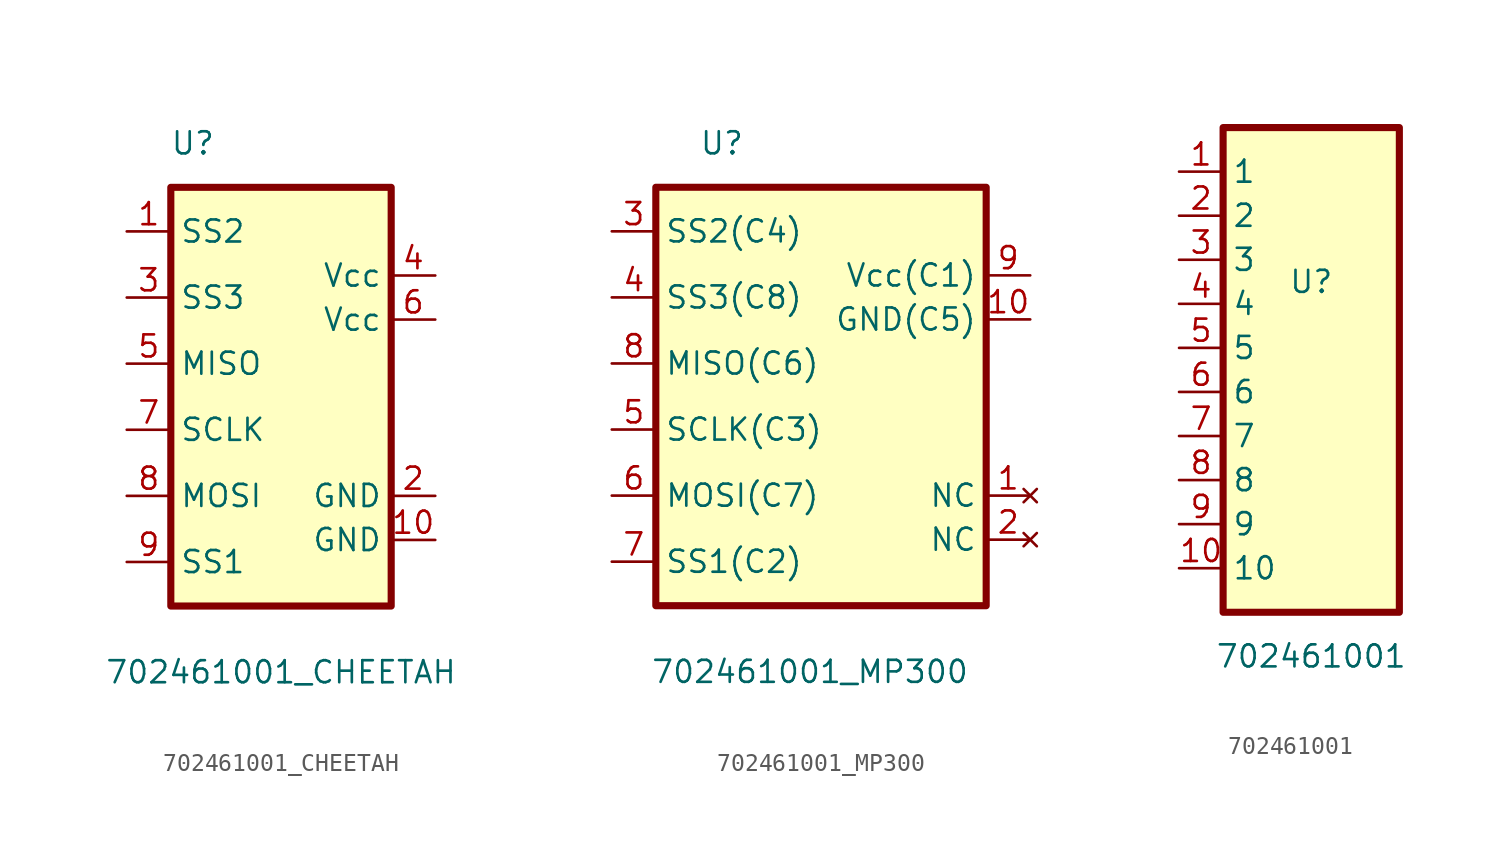
<source format=kicad_sym>
(kicad_symbol_lib
  (version 20220914)
  (generator kicad_symbol_editor)
  (symbol "702461001_CHEETAH"
    (property "Reference" "U"
      (at -5.08 15.24 0)
      (effects (font (size 1.27 1.27))))
    (property "Value" "702461001_CHEETAH"
      (at 0 -15.24 0)
      (effects (font (size 1.27 1.27))))
    (symbol "702461001_CHEETAH_0_0"
      (rectangle (start -6.35 12.7) (end 6.35 -11.43) (stroke (width 0.41) (type default)) (fill (type background))))
    (symbol "702461001_CHEETAH_1_1"
      (pin passive line (at -8.89 10.16 0) (length 2.54) (name "SS2" (effects (font (size 1.27 1.27)))) (number "1" (effects (font (size 1.27 1.27)))))
      (pin passive line (at 8.89 -7.62 180) (length 2.54) (name "GND" (effects (font (size 1.27 1.27)))) (number "10" (effects (font (size 1.27 1.27)))))
      (pin passive line (at 8.89 -5.08 180) (length 2.54) (name "GND" (effects (font (size 1.27 1.27)))) (number "2" (effects (font (size 1.27 1.27)))))
      (pin passive line (at -8.89 6.35 0) (length 2.54) (name "SS3" (effects (font (size 1.27 1.27)))) (number "3" (effects (font (size 1.27 1.27)))))
      (pin power_in line (at 8.89 7.62 180) (length 2.54) (name "Vcc" (effects (font (size 1.27 1.27)))) (number "4" (effects (font (size 1.27 1.27)))))
      (pin passive line (at -8.89 2.54 0) (length 2.54) (name "MISO" (effects (font (size 1.27 1.27)))) (number "5" (effects (font (size 1.27 1.27)))))
      (pin power_in line (at 8.89 5.08 180) (length 2.54) (name "Vcc" (effects (font (size 1.27 1.27)))) (number "6" (effects (font (size 1.27 1.27)))))
      (pin passive line (at -8.89 -1.27 0) (length 2.54) (name "SCLK" (effects (font (size 1.27 1.27)))) (number "7" (effects (font (size 1.27 1.27)))))
      (pin passive line (at -8.89 -5.08 0) (length 2.54) (name "MOSI" (effects (font (size 1.27 1.27)))) (number "8" (effects (font (size 1.27 1.27)))))
      (pin passive line (at -8.89 -8.89 0) (length 2.54) (name "SS1" (effects (font (size 1.27 1.27)))) (number "9" (effects (font (size 1.27 1.27)))))))
  (symbol "702461001_MP300"
    (property "Reference" "U"
      (at -5.08 15.24 0)
      (effects (font (size 1.27 1.27))))
    (property "Value" "702461001_MP300"
      (at 0 -15.24 0)
      (effects (font (size 1.27 1.27))))
    (symbol "702461001_MP300_0_0"
      (rectangle (start -8.89 12.7) (end 10.16 -11.43) (stroke (width 0.41) (type default)) (fill (type background))))
    (symbol "702461001_MP300_1_1"
      (pin no_connect line (at 12.7 -5.08 180) (length 2.54) (name "NC" (effects (font (size 1.27 1.27)))) (number "1" (effects (font (size 1.27 1.27)))))
      (pin passive line (at 12.7 5.08 180) (length 2.54) (name "GND(C5)" (effects (font (size 1.27 1.27)))) (number "10" (effects (font (size 1.27 1.27)))))
      (pin no_connect line (at 12.7 -7.62 180) (length 2.54) (name "NC" (effects (font (size 1.27 1.27)))) (number "2" (effects (font (size 1.27 1.27)))))
      (pin passive line (at -11.43 10.16 0) (length 2.54) (name "SS2(C4)" (effects (font (size 1.27 1.27)))) (number "3" (effects (font (size 1.27 1.27)))))
      (pin passive line (at -11.43 6.35 0) (length 2.54) (name "SS3(C8)" (effects (font (size 1.27 1.27)))) (number "4" (effects (font (size 1.27 1.27)))))
      (pin passive line (at -11.43 -1.27 0) (length 2.54) (name "SCLK(C3)" (effects (font (size 1.27 1.27)))) (number "5" (effects (font (size 1.27 1.27)))))
      (pin passive line (at -11.43 -5.08 0) (length 2.54) (name "MOSI(C7)" (effects (font (size 1.27 1.27)))) (number "6" (effects (font (size 1.27 1.27)))))
      (pin passive line (at -11.43 -8.89 0) (length 2.54) (name "SS1(C2)" (effects (font (size 1.27 1.27)))) (number "7" (effects (font (size 1.27 1.27)))))
      (pin passive line (at -11.43 2.54 0) (length 2.54) (name "MISO(C6)" (effects (font (size 1.27 1.27)))) (number "8" (effects (font (size 1.27 1.27)))))
      (pin power_in line (at 12.7 7.62 180) (length 2.54) (name "Vcc(C1)" (effects (font (size 1.27 1.27)))) (number "9" (effects (font (size 1.27 1.27)))))))
  (symbol "702461001"
    (property "Reference" "U"
      (at 0 5.08 0)
      (effects (font (size 1.27 1.27))))
    (property "Value" "702461001"
      (at 0 -16.51 0)
      (effects (font (size 1.27 1.27))))
    (symbol "702461001_0_0"
      (rectangle (start -5.08 13.97) (end 5.08 -13.97) (stroke (width 0.41) (type default)) (fill (type background))))
    (symbol "702461001_1_1"
      (pin passive line (at -7.62 11.43 0) (length 2.54) (name "1" (effects (font (size 1.27 1.27)))) (number "1" (effects (font (size 1.27 1.27)))))
      (pin passive line (at -7.62 -11.43 0) (length 2.54) (name "10" (effects (font (size 1.27 1.27)))) (number "10" (effects (font (size 1.27 1.27)))))
      (pin passive line (at -7.62 8.89 0) (length 2.54) (name "2" (effects (font (size 1.27 1.27)))) (number "2" (effects (font (size 1.27 1.27)))))
      (pin passive line (at -7.62 6.35 0) (length 2.54) (name "3" (effects (font (size 1.27 1.27)))) (number "3" (effects (font (size 1.27 1.27)))))
      (pin passive line (at -7.62 3.81 0) (length 2.54) (name "4" (effects (font (size 1.27 1.27)))) (number "4" (effects (font (size 1.27 1.27)))))
      (pin passive line (at -7.62 1.27 0) (length 2.54) (name "5" (effects (font (size 1.27 1.27)))) (number "5" (effects (font (size 1.27 1.27)))))
      (pin passive line (at -7.62 -1.27 0) (length 2.54) (name "6" (effects (font (size 1.27 1.27)))) (number "6" (effects (font (size 1.27 1.27)))))
      (pin passive line (at -7.62 -3.81 0) (length 2.54) (name "7" (effects (font (size 1.27 1.27)))) (number "7" (effects (font (size 1.27 1.27)))))
      (pin passive line (at -7.62 -6.35 0) (length 2.54) (name "8" (effects (font (size 1.27 1.27)))) (number "8" (effects (font (size 1.27 1.27)))))
      (pin passive line (at -7.62 -8.89 0) (length 2.54) (name "9" (effects (font (size 1.27 1.27)))) (number "9" (effects (font (size 1.27 1.27))))))))
</source>
